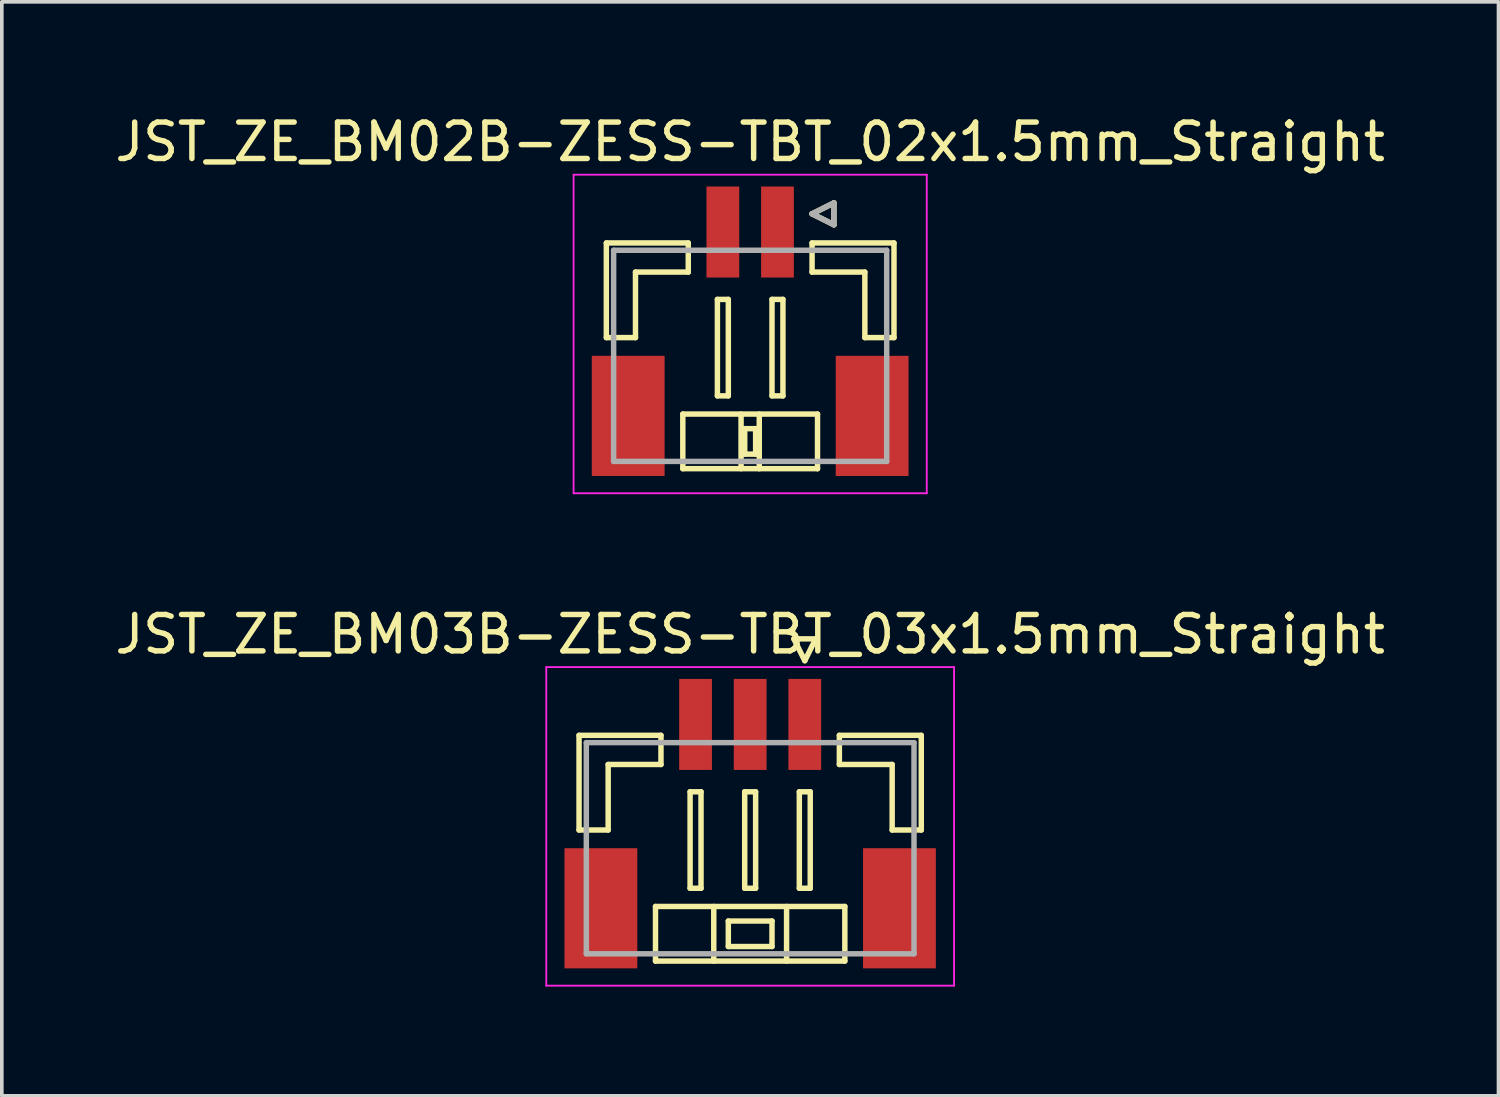
<source format=kicad_pcb>
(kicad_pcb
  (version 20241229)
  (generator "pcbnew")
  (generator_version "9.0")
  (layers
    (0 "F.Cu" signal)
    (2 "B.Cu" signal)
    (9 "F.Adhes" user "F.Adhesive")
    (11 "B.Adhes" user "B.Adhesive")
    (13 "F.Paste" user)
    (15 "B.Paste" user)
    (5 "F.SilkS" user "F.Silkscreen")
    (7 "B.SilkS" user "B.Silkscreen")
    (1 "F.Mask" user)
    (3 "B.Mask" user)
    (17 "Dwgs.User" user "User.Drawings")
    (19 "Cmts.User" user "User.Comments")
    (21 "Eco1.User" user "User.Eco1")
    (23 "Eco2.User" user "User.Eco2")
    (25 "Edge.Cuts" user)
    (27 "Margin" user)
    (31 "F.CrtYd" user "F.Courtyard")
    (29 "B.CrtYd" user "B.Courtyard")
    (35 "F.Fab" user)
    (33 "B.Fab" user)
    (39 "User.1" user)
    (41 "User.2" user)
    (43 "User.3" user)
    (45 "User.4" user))
  (footprint "JST_ZE_BM02B-ZESS-TBT_02x1.5mm_Straight"
    (layer "F.Cu")
    (at 17.554 5.848)
    (property "Reference" "JST_ZE_BM02B-ZESS-TBT_02x1.5mm_Straight" (at 0 -5 0) (layer "F.SilkS") (effects (font (size 1 1) (thickness 0.15))))
    (attr smd)
    (fp_line (start -3.95 -2.225) (end -3.95 0.375) (stroke (width 0.15) (type solid)) (layer "F.SilkS"))
    (fp_line (start -3.95 0.375) (end -3.15 0.375) (stroke (width 0.15) (type solid)) (layer "F.SilkS"))
    (fp_line (start -3.15 -1.425) (end -1.7 -1.425) (stroke (width 0.15) (type solid)) (layer "F.SilkS"))
    (fp_line (start -3.15 0.375) (end -3.15 -1.425) (stroke (width 0.15) (type solid)) (layer "F.SilkS"))
    (fp_line (start -1.85 2.475) (end -1.85 3.975) (stroke (width 0.15) (type solid)) (layer "F.SilkS"))
    (fp_line (start -1.85 3.975) (end 1.85 3.975) (stroke (width 0.15) (type solid)) (layer "F.SilkS"))
    (fp_line (start -1.7 -2.225) (end -3.95 -2.225) (stroke (width 0.15) (type solid)) (layer "F.SilkS"))
    (fp_line (start -1.7 -1.425) (end -1.7 -2.225) (stroke (width 0.15) (type solid)) (layer "F.SilkS"))
    (fp_line (start -0.9 -0.675) (end -0.9 1.975) (stroke (width 0.15) (type solid)) (layer "F.SilkS"))
    (fp_line (start -0.9 1.975) (end -0.6 1.975) (stroke (width 0.15) (type solid)) (layer "F.SilkS"))
    (fp_line (start -0.6 -0.675) (end -0.9 -0.675) (stroke (width 0.15) (type solid)) (layer "F.SilkS"))
    (fp_line (start -0.6 1.975) (end -0.6 -0.675) (stroke (width 0.15) (type solid)) (layer "F.SilkS"))
    (fp_line (start -0.25 2.475) (end -0.25 3.975) (stroke (width 0.15) (type solid)) (layer "F.SilkS"))
    (fp_line (start -0.15 2.875) (end 0.15 2.875) (stroke (width 0.15) (type solid)) (layer "F.SilkS"))
    (fp_line (start -0.15 3.575) (end -0.15 2.875) (stroke (width 0.15) (type solid)) (layer "F.SilkS"))
    (fp_line (start 0.15 2.875) (end 0.15 3.575) (stroke (width 0.15) (type solid)) (layer "F.SilkS"))
    (fp_line (start 0.15 3.575) (end -0.15 3.575) (stroke (width 0.15) (type solid)) (layer "F.SilkS"))
    (fp_line (start 0.25 2.475) (end 0.25 3.975) (stroke (width 0.15) (type solid)) (layer "F.SilkS"))
    (fp_line (start 0.6 -0.675) (end 0.6 1.975) (stroke (width 0.15) (type solid)) (layer "F.SilkS"))
    (fp_line (start 0.6 1.975) (end 0.9 1.975) (stroke (width 0.15) (type solid)) (layer "F.SilkS"))
    (fp_line (start 0.9 -0.675) (end 0.6 -0.675) (stroke (width 0.15) (type solid)) (layer "F.SilkS"))
    (fp_line (start 0.9 1.975) (end 0.9 -0.675) (stroke (width 0.15) (type solid)) (layer "F.SilkS"))
    (fp_line (start 1.7 -3.025) (end 2.3 -3.325) (stroke (width 0.15) (type solid)) (layer "F.SilkS"))
    (fp_line (start 1.7 -2.225) (end 3.95 -2.225) (stroke (width 0.15) (type solid)) (layer "F.SilkS"))
    (fp_line (start 1.7 -1.425) (end 1.7 -2.225) (stroke (width 0.15) (type solid)) (layer "F.SilkS"))
    (fp_line (start 1.85 2.475) (end -1.85 2.475) (stroke (width 0.15) (type solid)) (layer "F.SilkS"))
    (fp_line (start 1.85 3.975) (end 1.85 2.475) (stroke (width 0.15) (type solid)) (layer "F.SilkS"))
    (fp_line (start 2.3 -3.325) (end 2.3 -2.725) (stroke (width 0.15) (type solid)) (layer "F.SilkS"))
    (fp_line (start 2.3 -2.725) (end 1.7 -3.025) (stroke (width 0.15) (type solid)) (layer "F.SilkS"))
    (fp_line (start 3.15 -1.425) (end 1.7 -1.425) (stroke (width 0.15) (type solid)) (layer "F.SilkS"))
    (fp_line (start 3.15 0.375) (end 3.15 -1.425) (stroke (width 0.15) (type solid)) (layer "F.SilkS"))
    (fp_line (start 3.95 -2.225) (end 3.95 0.375) (stroke (width 0.15) (type solid)) (layer "F.SilkS"))
    (fp_line (start 3.95 0.375) (end 3.15 0.375) (stroke (width 0.15) (type solid)) (layer "F.SilkS"))
    (fp_line (start -4.85 -4.1) (end -4.85 4.65) (stroke (width 0.05) (type solid)) (layer "F.CrtYd"))
    (fp_line (start -4.85 4.65) (end 4.85 4.65) (stroke (width 0.05) (type solid)) (layer "F.CrtYd"))
    (fp_line (start 4.85 -4.1) (end -4.85 -4.1) (stroke (width 0.05) (type solid)) (layer "F.CrtYd"))
    (fp_line (start 4.85 4.65) (end 4.85 -4.1) (stroke (width 0.05) (type solid)) (layer "F.CrtYd"))
    (fp_line (start -3.75 -2.025) (end -3.75 3.775) (stroke (width 0.15) (type solid)) (layer "F.Fab"))
    (fp_line (start -3.75 3.775) (end 3.75 3.775) (stroke (width 0.15) (type solid)) (layer "F.Fab"))
    (fp_line (start 1.7 -3.025) (end 2.3 -3.325) (stroke (width 0.15) (type solid)) (layer "F.Fab"))
    (fp_line (start 2.3 -3.325) (end 2.3 -2.725) (stroke (width 0.15) (type solid)) (layer "F.Fab"))
    (fp_line (start 2.3 -2.725) (end 1.7 -3.025) (stroke (width 0.15) (type solid)) (layer "F.Fab"))
    (fp_line (start 3.75 -2.025) (end -3.75 -2.025) (stroke (width 0.15) (type solid)) (layer "F.Fab"))
    (fp_line (start 3.75 3.775) (end 3.75 -2.025) (stroke (width 0.15) (type solid)) (layer "F.Fab"))
    (pad "" smd rect (at -3.35 2.525) (size 2 3.3) (layers "F.Cu" "F.Mask" "F.Paste"))
    (pad "" smd rect (at 3.35 2.525) (size 2 3.3) (layers "F.Cu" "F.Mask" "F.Paste"))
    (pad "1" smd rect (at 0.75 -2.525) (size 0.9 2.5) (layers "F.Cu" "F.Mask" "F.Paste"))
    (pad "2" smd rect (at -0.75 -2.525) (size 0.9 2.5) (layers "F.Cu" "F.Mask" "F.Paste")))
  (footprint "JST_ZE_BM03B-ZESS-TBT_03x1.5mm_Straight"
    (layer "F.Cu")
    (at 17.554 19.372)
    (property "Reference" "JST_ZE_BM03B-ZESS-TBT_03x1.5mm_Straight" (at 0 -5 0) (layer "F.SilkS") (effects (font (size 1 1) (thickness 0.15))))
    (attr smd)
    (fp_line (start -4.7 -2.225) (end -4.7 0.375) (stroke (width 0.15) (type solid)) (layer "F.SilkS"))
    (fp_line (start -4.7 0.375) (end -3.9 0.375) (stroke (width 0.15) (type solid)) (layer "F.SilkS"))
    (fp_line (start -3.9 -1.425) (end -2.45 -1.425) (stroke (width 0.15) (type solid)) (layer "F.SilkS"))
    (fp_line (start -3.9 0.375) (end -3.9 -1.425) (stroke (width 0.15) (type solid)) (layer "F.SilkS"))
    (fp_line (start -2.6 2.475) (end -2.6 3.975) (stroke (width 0.15) (type solid)) (layer "F.SilkS"))
    (fp_line (start -2.6 3.975) (end 2.6 3.975) (stroke (width 0.15) (type solid)) (layer "F.SilkS"))
    (fp_line (start -2.45 -2.225) (end -4.7 -2.225) (stroke (width 0.15) (type solid)) (layer "F.SilkS"))
    (fp_line (start -2.45 -1.425) (end -2.45 -2.225) (stroke (width 0.15) (type solid)) (layer "F.SilkS"))
    (fp_line (start -1.65 -0.675) (end -1.65 1.975) (stroke (width 0.15) (type solid)) (layer "F.SilkS"))
    (fp_line (start -1.65 1.975) (end -1.35 1.975) (stroke (width 0.15) (type solid)) (layer "F.SilkS"))
    (fp_line (start -1.35 -0.675) (end -1.65 -0.675) (stroke (width 0.15) (type solid)) (layer "F.SilkS"))
    (fp_line (start -1.35 1.975) (end -1.35 -0.675) (stroke (width 0.15) (type solid)) (layer "F.SilkS"))
    (fp_line (start -1 2.475) (end -1 3.975) (stroke (width 0.15) (type solid)) (layer "F.SilkS"))
    (fp_line (start -0.6 2.875) (end -0.6 3.575) (stroke (width 0.15) (type solid)) (layer "F.SilkS"))
    (fp_line (start -0.6 3.575) (end 0.6 3.575) (stroke (width 0.15) (type solid)) (layer "F.SilkS"))
    (fp_line (start -0.15 -0.675) (end -0.15 1.975) (stroke (width 0.15) (type solid)) (layer "F.SilkS"))
    (fp_line (start -0.15 1.975) (end 0.15 1.975) (stroke (width 0.15) (type solid)) (layer "F.SilkS"))
    (fp_line (start 0.15 -0.675) (end -0.15 -0.675) (stroke (width 0.15) (type solid)) (layer "F.SilkS"))
    (fp_line (start 0.15 1.975) (end 0.15 -0.675) (stroke (width 0.15) (type solid)) (layer "F.SilkS"))
    (fp_line (start 0.6 2.875) (end -0.6 2.875) (stroke (width 0.15) (type solid)) (layer "F.SilkS"))
    (fp_line (start 0.6 3.575) (end 0.6 2.875) (stroke (width 0.15) (type solid)) (layer "F.SilkS"))
    (fp_line (start 1 2.475) (end 1 3.975) (stroke (width 0.15) (type solid)) (layer "F.SilkS"))
    (fp_line (start 1.2 -4.875) (end 1.5 -4.275) (stroke (width 0.15) (type solid)) (layer "F.SilkS"))
    (fp_line (start 1.35 -0.675) (end 1.35 1.975) (stroke (width 0.15) (type solid)) (layer "F.SilkS"))
    (fp_line (start 1.35 1.975) (end 1.65 1.975) (stroke (width 0.15) (type solid)) (layer "F.SilkS"))
    (fp_line (start 1.5 -4.275) (end 1.8 -4.875) (stroke (width 0.15) (type solid)) (layer "F.SilkS"))
    (fp_line (start 1.65 -0.675) (end 1.35 -0.675) (stroke (width 0.15) (type solid)) (layer "F.SilkS"))
    (fp_line (start 1.65 1.975) (end 1.65 -0.675) (stroke (width 0.15) (type solid)) (layer "F.SilkS"))
    (fp_line (start 1.8 -4.875) (end 1.2 -4.875) (stroke (width 0.15) (type solid)) (layer "F.SilkS"))
    (fp_line (start 2.45 -2.225) (end 4.7 -2.225) (stroke (width 0.15) (type solid)) (layer "F.SilkS"))
    (fp_line (start 2.45 -1.425) (end 2.45 -2.225) (stroke (width 0.15) (type solid)) (layer "F.SilkS"))
    (fp_line (start 2.6 2.475) (end -2.6 2.475) (stroke (width 0.15) (type solid)) (layer "F.SilkS"))
    (fp_line (start 2.6 3.975) (end 2.6 2.475) (stroke (width 0.15) (type solid)) (layer "F.SilkS"))
    (fp_line (start 3.9 -1.425) (end 2.45 -1.425) (stroke (width 0.15) (type solid)) (layer "F.SilkS"))
    (fp_line (start 3.9 0.375) (end 3.9 -1.425) (stroke (width 0.15) (type solid)) (layer "F.SilkS"))
    (fp_line (start 4.7 -2.225) (end 4.7 0.375) (stroke (width 0.15) (type solid)) (layer "F.SilkS"))
    (fp_line (start 4.7 0.375) (end 3.9 0.375) (stroke (width 0.15) (type solid)) (layer "F.SilkS"))
    (fp_line (start -5.6 -4.1) (end -5.6 4.65) (stroke (width 0.05) (type solid)) (layer "F.CrtYd"))
    (fp_line (start -5.6 4.65) (end 5.6 4.65) (stroke (width 0.05) (type solid)) (layer "F.CrtYd"))
    (fp_line (start 5.6 -4.1) (end -5.6 -4.1) (stroke (width 0.05) (type solid)) (layer "F.CrtYd"))
    (fp_line (start 5.6 4.65) (end 5.6 -4.1) (stroke (width 0.05) (type solid)) (layer "F.CrtYd"))
    (fp_line (start -4.5 -2.025) (end -4.5 3.775) (stroke (width 0.15) (type solid)) (layer "F.Fab"))
    (fp_line (start -4.5 3.775) (end 4.5 3.775) (stroke (width 0.15) (type solid)) (layer "F.Fab"))
    (fp_line (start 4.5 -2.025) (end -4.5 -2.025) (stroke (width 0.15) (type solid)) (layer "F.Fab"))
    (fp_line (start 4.5 3.775) (end 4.5 -2.025) (stroke (width 0.15) (type solid)) (layer "F.Fab"))
    (pad "" smd rect (at -4.1 2.525) (size 2 3.3) (layers "F.Cu" "F.Mask" "F.Paste"))
    (pad "" smd rect (at 4.1 2.525) (size 2 3.3) (layers "F.Cu" "F.Mask" "F.Paste"))
    (pad "1" smd rect (at 1.5 -2.525) (size 0.9 2.5) (layers "F.Cu" "F.Mask" "F.Paste"))
    (pad "2" smd rect (at 0 -2.525) (size 0.9 2.5) (layers "F.Cu" "F.Mask" "F.Paste"))
    (pad "3" smd rect (at -1.5 -2.525) (size 0.9 2.5) (layers "F.Cu" "F.Mask" "F.Paste")))
  (gr_rect
    (start -3 -3)
    (end 38.107 27.047)
    (stroke (width 0.1) (type default))
    (fill no)
    (layer "Edge.Cuts")))
</source>
